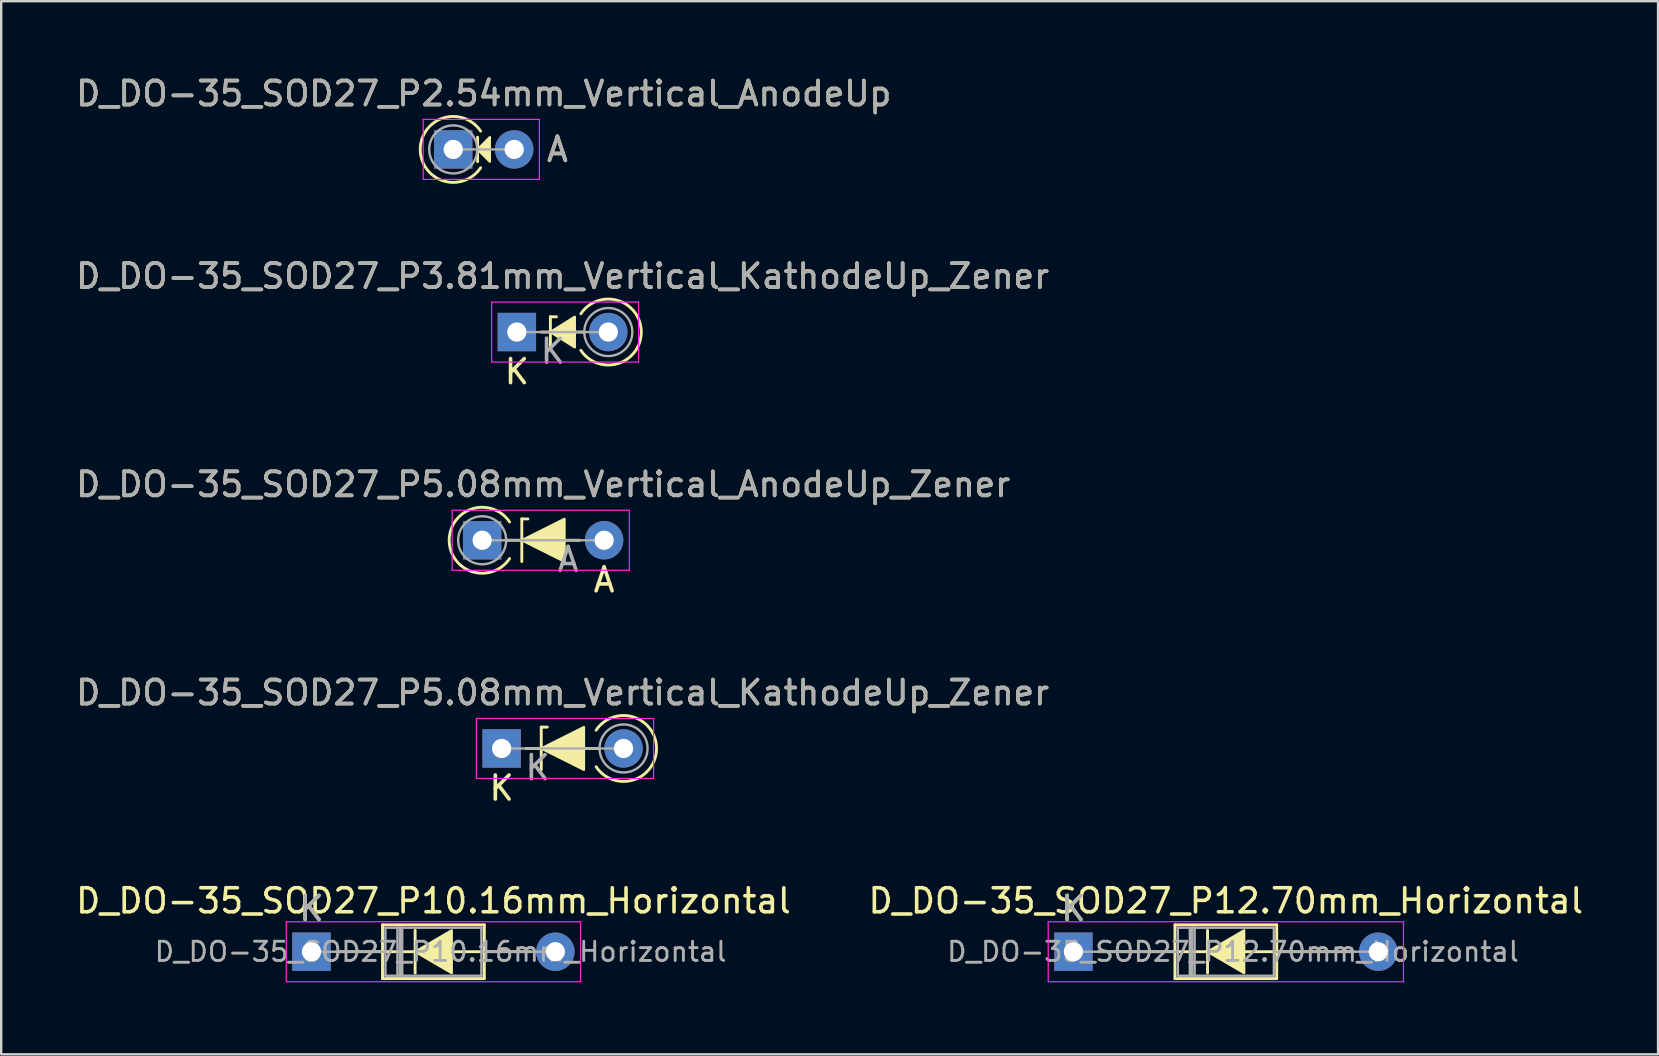
<source format=kicad_pcb>
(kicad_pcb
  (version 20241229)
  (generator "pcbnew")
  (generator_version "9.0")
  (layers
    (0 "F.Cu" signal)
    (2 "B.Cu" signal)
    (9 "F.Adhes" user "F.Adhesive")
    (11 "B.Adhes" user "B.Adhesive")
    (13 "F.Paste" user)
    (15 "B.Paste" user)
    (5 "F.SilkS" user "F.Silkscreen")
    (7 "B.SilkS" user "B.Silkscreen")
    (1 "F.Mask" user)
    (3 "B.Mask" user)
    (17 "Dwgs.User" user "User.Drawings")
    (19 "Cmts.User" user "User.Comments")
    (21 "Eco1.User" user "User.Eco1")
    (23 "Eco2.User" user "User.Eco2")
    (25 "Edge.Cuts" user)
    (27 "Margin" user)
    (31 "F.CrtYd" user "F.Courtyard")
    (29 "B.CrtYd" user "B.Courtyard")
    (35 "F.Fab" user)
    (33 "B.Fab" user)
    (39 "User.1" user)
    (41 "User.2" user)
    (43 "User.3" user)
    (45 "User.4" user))
  (footprint "D_DO-35_SOD27_P10.16mm_Horizontal"
    (layer "F.Cu")
    (at 9.926 36.598)
    (property "Reference" "D_DO-35_SOD27_P10.16mm_Horizontal" (at 5.08 -2.12 0) (layer "F.SilkS") (effects (font (size 1 1) (thickness 0.15))))
    (attr through_hole)
    (fp_line (start 1.04 0) (end 2.96 0) (stroke (width 0.12) (type solid)) (layer "F.SilkS"))
    (fp_line (start 2.921 0) (end 4.318 0) (stroke (width 0.12) (type solid)) (layer "F.SilkS"))
    (fp_line (start 2.96 -1.12) (end 2.96 1.12) (stroke (width 0.12) (type solid)) (layer "F.SilkS"))
    (fp_line (start 2.96 1.12) (end 7.2 1.12) (stroke (width 0.12) (type solid)) (layer "F.SilkS"))
    (fp_line (start 4.318 -0.889) (end 4.318 0.889) (stroke (width 0.12) (type solid)) (layer "F.SilkS"))
    (fp_line (start 7.2 -1.12) (end 2.96 -1.12) (stroke (width 0.12) (type solid)) (layer "F.SilkS"))
    (fp_line (start 7.2 0) (end 5.905 0) (stroke (width 0.12) (type solid)) (layer "F.SilkS"))
    (fp_line (start 7.2 1.12) (end 7.2 -1.12) (stroke (width 0.12) (type solid)) (layer "F.SilkS"))
    (fp_line (start 9.12 0) (end 7.2 0) (stroke (width 0.12) (type solid)) (layer "F.SilkS"))
    (fp_poly (pts (xy 5.842 0.889) (xy 4.318 0) (xy 5.842 -0.889)) (stroke (width 0.1) (type solid)) (fill yes) (layer "F.SilkS"))
    (fp_line (start -1.05 -1.25) (end -1.05 1.25) (stroke (width 0.05) (type solid)) (layer "F.CrtYd"))
    (fp_line (start -1.05 1.25) (end 11.21 1.25) (stroke (width 0.05) (type solid)) (layer "F.CrtYd"))
    (fp_line (start 11.21 -1.25) (end -1.05 -1.25) (stroke (width 0.05) (type solid)) (layer "F.CrtYd"))
    (fp_line (start 11.21 1.25) (end 11.21 -1.25) (stroke (width 0.05) (type solid)) (layer "F.CrtYd"))
    (fp_line (start 0 0) (end 3.08 0) (stroke (width 0.1) (type solid)) (layer "F.Fab"))
    (fp_line (start 3.08 -1) (end 3.08 1) (stroke (width 0.1) (type solid)) (layer "F.Fab"))
    (fp_line (start 3.08 1) (end 7.08 1) (stroke (width 0.1) (type solid)) (layer "F.Fab"))
    (fp_line (start 3.58 -1) (end 3.58 1) (stroke (width 0.1) (type solid)) (layer "F.Fab"))
    (fp_line (start 3.68 -1) (end 3.68 1) (stroke (width 0.1) (type solid)) (layer "F.Fab"))
    (fp_line (start 3.78 -1) (end 3.78 1) (stroke (width 0.1) (type solid)) (layer "F.Fab"))
    (fp_line (start 7.08 -1) (end 3.08 -1) (stroke (width 0.1) (type solid)) (layer "F.Fab"))
    (fp_line (start 7.08 1) (end 7.08 -1) (stroke (width 0.1) (type solid)) (layer "F.Fab"))
    (fp_line (start 10.16 0) (end 7.08 0) (stroke (width 0.1) (type solid)) (layer "F.Fab"))
    (fp_text user "K" (at 0 -1.8 0) (layer "F.SilkS") (effects (font (size 1 1) (thickness 0.15))))
    (fp_text user "${REFERENCE}" (at 5.38 0 0) (layer "F.Fab") (effects (font (size 0.8 0.8) (thickness 0.12))))
    (fp_text user "K" (at 0 -1.8 0) (layer "F.Fab") (effects (font (size 1 1) (thickness 0.15))))
    (pad "1" thru_hole rect (at 0 0) (size 1.6 1.6) (drill 0.8) (layers "*.Cu" "*.Mask"))
    (pad "2" thru_hole oval (at 10.16 0) (size 1.6 1.6) (drill 0.8) (layers "*.Cu" "*.Mask")))
  (footprint "D_DO-35_SOD27_P12.70mm_Horizontal"
    (layer "F.Cu")
    (at 41.668 36.598)
    (property "Reference" "D_DO-35_SOD27_P12.70mm_Horizontal" (at 6.35 -2.12 0) (layer "F.SilkS") (effects (font (size 1 1) (thickness 0.15))))
    (attr through_hole)
    (fp_line (start 1.04 0) (end 4.23 0) (stroke (width 0.12) (type solid)) (layer "F.SilkS"))
    (fp_line (start 4.23 -1.12) (end 4.23 1.12) (stroke (width 0.12) (type solid)) (layer "F.SilkS"))
    (fp_line (start 4.23 0) (end 5.969 0) (stroke (width 0.12) (type solid)) (layer "F.SilkS"))
    (fp_line (start 4.23 1.12) (end 8.47 1.12) (stroke (width 0.12) (type solid)) (layer "F.SilkS"))
    (fp_line (start 5.588 -0.889) (end 5.588 0.889) (stroke (width 0.12) (type solid)) (layer "F.SilkS"))
    (fp_line (start 8.47 -1.12) (end 4.23 -1.12) (stroke (width 0.12) (type solid)) (layer "F.SilkS"))
    (fp_line (start 8.47 0) (end 7.112 0) (stroke (width 0.12) (type solid)) (layer "F.SilkS"))
    (fp_line (start 8.47 1.12) (end 8.47 -1.12) (stroke (width 0.12) (type solid)) (layer "F.SilkS"))
    (fp_line (start 11.66 0) (end 8.47 0) (stroke (width 0.12) (type solid)) (layer "F.SilkS"))
    (fp_poly (pts (xy 7.112 0.889) (xy 5.588 0) (xy 7.112 -0.889)) (stroke (width 0.1) (type solid)) (fill yes) (layer "F.SilkS"))
    (fp_line (start -1.05 -1.25) (end -1.05 1.25) (stroke (width 0.05) (type solid)) (layer "F.CrtYd"))
    (fp_line (start -1.05 1.25) (end 13.75 1.25) (stroke (width 0.05) (type solid)) (layer "F.CrtYd"))
    (fp_line (start 13.75 -1.25) (end -1.05 -1.25) (stroke (width 0.05) (type solid)) (layer "F.CrtYd"))
    (fp_line (start 13.75 1.25) (end 13.75 -1.25) (stroke (width 0.05) (type solid)) (layer "F.CrtYd"))
    (fp_line (start 0 0) (end 4.35 0) (stroke (width 0.1) (type solid)) (layer "F.Fab"))
    (fp_line (start 4.35 -1) (end 4.35 1) (stroke (width 0.1) (type solid)) (layer "F.Fab"))
    (fp_line (start 4.35 1) (end 8.35 1) (stroke (width 0.1) (type solid)) (layer "F.Fab"))
    (fp_line (start 4.85 -1) (end 4.85 1) (stroke (width 0.1) (type solid)) (layer "F.Fab"))
    (fp_line (start 4.95 -1) (end 4.95 1) (stroke (width 0.1) (type solid)) (layer "F.Fab"))
    (fp_line (start 5.05 -1) (end 5.05 1) (stroke (width 0.1) (type solid)) (layer "F.Fab"))
    (fp_line (start 8.35 -1) (end 4.35 -1) (stroke (width 0.1) (type solid)) (layer "F.Fab"))
    (fp_line (start 8.35 1) (end 8.35 -1) (stroke (width 0.1) (type solid)) (layer "F.Fab"))
    (fp_line (start 12.7 0) (end 8.35 0) (stroke (width 0.1) (type solid)) (layer "F.Fab"))
    (fp_text user "K" (at 0 -1.8 0) (layer "F.SilkS") (effects (font (size 1 1) (thickness 0.15))))
    (fp_text user "${REFERENCE}" (at 6.65 0 0) (layer "F.Fab") (effects (font (size 0.8 0.8) (thickness 0.12))))
    (fp_text user "K" (at 0 -1.8 0) (layer "F.Fab") (effects (font (size 1 1) (thickness 0.15))))
    (pad "1" thru_hole rect (at 0 0) (size 1.6 1.6) (drill 0.8) (layers "*.Cu" "*.Mask"))
    (pad "2" thru_hole oval (at 12.7 0) (size 1.6 1.6) (drill 0.8) (layers "*.Cu" "*.Mask")))
  (footprint "D_DO-35_SOD27_P3.81mm_Vertical_KathodeUp_Zener"
    (layer "F.Cu")
    (at 18.482 10.783)
    (property "Reference" "D_DO-35_SOD27_P3.81mm_Vertical_KathodeUp_Zener" (at 1.905 -2.326 0) (layer "F.SilkS") (effects (font (size 1 1) (thickness 0.15))))
    (attr through_hole)
    (fp_line (start 1.397 -0.635) (end 1.397 0.635) (stroke (width 0.12) (type solid)) (layer "F.SilkS"))
    (fp_line (start 1.397 -0.635) (end 1.651 -0.635) (stroke (width 0.12) (type solid)) (layer "F.SilkS"))
    (fp_line (start 2.794 0) (end 1.016 0) (stroke (width 0.12) (type solid)) (layer "F.SilkS"))
    (fp_arc (start 2.667 -0.761998) (mid 5.183713 0.000001) (end 2.667 0.762) (stroke (width 0.12) (type solid)) (layer "F.SilkS"))
    (fp_poly (pts (xy 2.413 0.635) (xy 1.397 0) (xy 2.413 -0.635)) (stroke (width 0.1) (type solid)) (fill yes) (layer "F.SilkS"))
    (fp_line (start -1.05 -1.25) (end -1.05 1.25) (stroke (width 0.05) (type solid)) (layer "F.CrtYd"))
    (fp_line (start -1.05 1.25) (end 5.07 1.25) (stroke (width 0.05) (type solid)) (layer "F.CrtYd"))
    (fp_line (start 5.07 -1.25) (end -1.05 -1.25) (stroke (width 0.05) (type solid)) (layer "F.CrtYd"))
    (fp_line (start 5.07 1.25) (end 5.07 -1.25) (stroke (width 0.05) (type solid)) (layer "F.CrtYd"))
    (fp_line (start 0 0) (end 3.81 0) (stroke (width 0.1) (type solid)) (layer "F.Fab"))
    (fp_circle (center 3.81 0) (end 4.81 0) (stroke (width 0.1) (type solid)) (fill no) (layer "F.Fab"))
    (fp_text user "K" (at 0 1.651 0) (layer "F.SilkS") (effects (font (size 1 1) (thickness 0.15))))
    (fp_text user "K" (at 1.5 0.8 0) (layer "F.Fab") (effects (font (size 1 1) (thickness 0.15))))
    (fp_text user "${REFERENCE}" (at 1.905 -2.326 0) (layer "F.Fab") (effects (font (size 1 1) (thickness 0.15))))
    (pad "1" thru_hole rect (at 0 0) (size 1.6 1.6) (drill 0.8) (layers "*.Cu" "*.Mask"))
    (pad "2" thru_hole oval (at 3.81 0) (size 1.6 1.6) (drill 0.8) (layers "*.Cu" "*.Mask")))
  (footprint "D_DO-35_SOD27_P5.08mm_Vertical_AnodeUp_Zener"
    (layer "F.Cu")
    (at 17.037 19.457)
    (property "Reference" "D_DO-35_SOD27_P5.08mm_Vertical_AnodeUp_Zener" (at 2.54 -2.326 0) (layer "F.SilkS") (effects (font (size 1 1) (thickness 0.15))))
    (attr through_hole)
    (fp_line (start 1.651 -0.889) (end 1.651 0.889) (stroke (width 0.12) (type solid)) (layer "F.SilkS"))
    (fp_line (start 1.651 -0.889) (end 1.905 -0.889) (stroke (width 0.12) (type solid)) (layer "F.SilkS"))
    (fp_line (start 4.064 0) (end 1.016 0) (stroke (width 0.12) (type solid)) (layer "F.SilkS"))
    (fp_arc (start 1.142999 0.761999) (mid -1.373714 0) (end 1.142999 -0.761999) (stroke (width 0.12) (type solid)) (layer "F.SilkS"))
    (fp_poly (pts (xy 3.429 0.889) (xy 1.651 0) (xy 3.429 -0.889)) (stroke (width 0.1) (type solid)) (fill yes) (layer "F.SilkS"))
    (fp_line (start -1.25 -1.25) (end -1.25 1.25) (stroke (width 0.05) (type solid)) (layer "F.CrtYd"))
    (fp_line (start -1.25 1.25) (end 6.13 1.25) (stroke (width 0.05) (type solid)) (layer "F.CrtYd"))
    (fp_line (start 6.13 -1.25) (end -1.25 -1.25) (stroke (width 0.05) (type solid)) (layer "F.CrtYd"))
    (fp_line (start 6.13 1.25) (end 6.13 -1.25) (stroke (width 0.05) (type solid)) (layer "F.CrtYd"))
    (fp_line (start 0 0) (end 5.08 0) (stroke (width 0.1) (type solid)) (layer "F.Fab"))
    (fp_circle (center 0 0) (end 1 0) (stroke (width 0.1) (type solid)) (fill no) (layer "F.Fab"))
    (fp_text user "A" (at 5.08 1.651 0) (layer "F.SilkS") (effects (font (size 1 1) (thickness 0.15))))
    (fp_text user "A" (at 3.58 0.8 0) (layer "F.Fab") (effects (font (size 1 1) (thickness 0.15))))
    (fp_text user "${REFERENCE}" (at 2.54 -2.326 0) (layer "F.Fab") (effects (font (size 1 1) (thickness 0.15))))
    (pad "1" thru_hole rect (at 0 0) (size 1.6 1.6) (drill 0.8) (layers "*.Cu" "*.Mask"))
    (pad "2" thru_hole oval (at 5.08 0) (size 1.6 1.6) (drill 0.8) (layers "*.Cu" "*.Mask")))
  (footprint "D_DO-35_SOD27_P2.54mm_Vertical_AnodeUp"
    (layer "F.Cu")
    (at 15.831 3.175)
    (property "Reference" "D_DO-35_SOD27_P2.54mm_Vertical_AnodeUp" (at 1.27 -2.326 0) (layer "F.SilkS") (effects (font (size 1 1) (thickness 0.15))))
    (attr through_hole)
    (fp_line (start 1.016 -0.508) (end 1.016 0.508) (stroke (width 0.12) (type solid)) (layer "F.SilkS"))
    (fp_arc (start 1.142999 0.761999) (mid -1.373714 0) (end 1.142999 -0.761999) (stroke (width 0.12) (type solid)) (layer "F.SilkS"))
    (fp_poly (pts (xy 1.524 0.508) (xy 1.016 0) (xy 1.524 -0.508)) (stroke (width 0.1) (type solid)) (fill yes) (layer "F.SilkS"))
    (fp_line (start -1.25 -1.25) (end -1.25 1.25) (stroke (width 0.05) (type solid)) (layer "F.CrtYd"))
    (fp_line (start -1.25 1.25) (end 3.59 1.25) (stroke (width 0.05) (type solid)) (layer "F.CrtYd"))
    (fp_line (start 3.59 -1.25) (end -1.25 -1.25) (stroke (width 0.05) (type solid)) (layer "F.CrtYd"))
    (fp_line (start 3.59 1.25) (end 3.59 -1.25) (stroke (width 0.05) (type solid)) (layer "F.CrtYd"))
    (fp_line (start 0 0) (end 2.54 0) (stroke (width 0.1) (type solid)) (layer "F.Fab"))
    (fp_circle (center 0 0) (end 1 0) (stroke (width 0.1) (type solid)) (fill no) (layer "F.Fab"))
    (fp_text user "A" (at 4.34 0 0) (layer "F.SilkS") (effects (font (size 1 1) (thickness 0.15))))
    (fp_text user "${REFERENCE}" (at 1.27 -2.326 0) (layer "F.Fab") (effects (font (size 1 1) (thickness 0.15))))
    (fp_text user "A" (at 4.34 0 0) (layer "F.Fab") (effects (font (size 1 1) (thickness 0.15))))
    (pad "1" thru_hole rect (at 0 0) (size 1.6 1.6) (drill 0.8) (layers "*.Cu" "*.Mask"))
    (pad "2" thru_hole oval (at 2.54 0) (size 1.6 1.6) (drill 0.8) (layers "*.Cu" "*.Mask")))
  (footprint "D_DO-35_SOD27_P5.08mm_Vertical_KathodeUp_Zener"
    (layer "F.Cu")
    (at 17.847 28.131)
    (property "Reference" "D_DO-35_SOD27_P5.08mm_Vertical_KathodeUp_Zener" (at 2.54 -2.326 0) (layer "F.SilkS") (effects (font (size 1 1) (thickness 0.15))))
    (attr through_hole)
    (fp_line (start 1.651 -0.889) (end 1.651 0.889) (stroke (width 0.12) (type solid)) (layer "F.SilkS"))
    (fp_line (start 1.651 -0.889) (end 1.905 -0.889) (stroke (width 0.12) (type solid)) (layer "F.SilkS"))
    (fp_line (start 4.064 0) (end 1.016 0) (stroke (width 0.12) (type solid)) (layer "F.SilkS"))
    (fp_arc (start 3.937 -0.761998) (mid 6.453713 0.000001) (end 3.937 0.762) (stroke (width 0.12) (type solid)) (layer "F.SilkS"))
    (fp_poly (pts (xy 3.429 0.889) (xy 1.651 0) (xy 3.429 -0.889)) (stroke (width 0.1) (type solid)) (fill yes) (layer "F.SilkS"))
    (fp_line (start -1.05 -1.25) (end -1.05 1.25) (stroke (width 0.05) (type solid)) (layer "F.CrtYd"))
    (fp_line (start -1.05 1.25) (end 6.33 1.25) (stroke (width 0.05) (type solid)) (layer "F.CrtYd"))
    (fp_line (start 6.33 -1.25) (end -1.05 -1.25) (stroke (width 0.05) (type solid)) (layer "F.CrtYd"))
    (fp_line (start 6.33 1.25) (end 6.33 -1.25) (stroke (width 0.05) (type solid)) (layer "F.CrtYd"))
    (fp_line (start 0 0) (end 5.08 0) (stroke (width 0.1) (type solid)) (layer "F.Fab"))
    (fp_circle (center 5.08 0) (end 6.08 0) (stroke (width 0.1) (type solid)) (fill no) (layer "F.Fab"))
    (fp_text user "K" (at 0 1.651 0) (layer "F.SilkS") (effects (font (size 1 1) (thickness 0.15))))
    (fp_text user "K" (at 1.5 0.8 0) (layer "F.Fab") (effects (font (size 1 1) (thickness 0.15))))
    (fp_text user "${REFERENCE}" (at 2.54 -2.326 0) (layer "F.Fab") (effects (font (size 1 1) (thickness 0.15))))
    (pad "1" thru_hole rect (at 0 0) (size 1.6 1.6) (drill 0.8) (layers "*.Cu" "*.Mask"))
    (pad "2" thru_hole oval (at 5.08 0) (size 1.6 1.6) (drill 0.8) (layers "*.Cu" "*.Mask")))
  (gr_rect
    (start -3 -3)
    (end 66.024 40.873)
    (stroke (width 0.1) (type default))
    (fill no)
    (layer "Edge.Cuts")))
</source>
